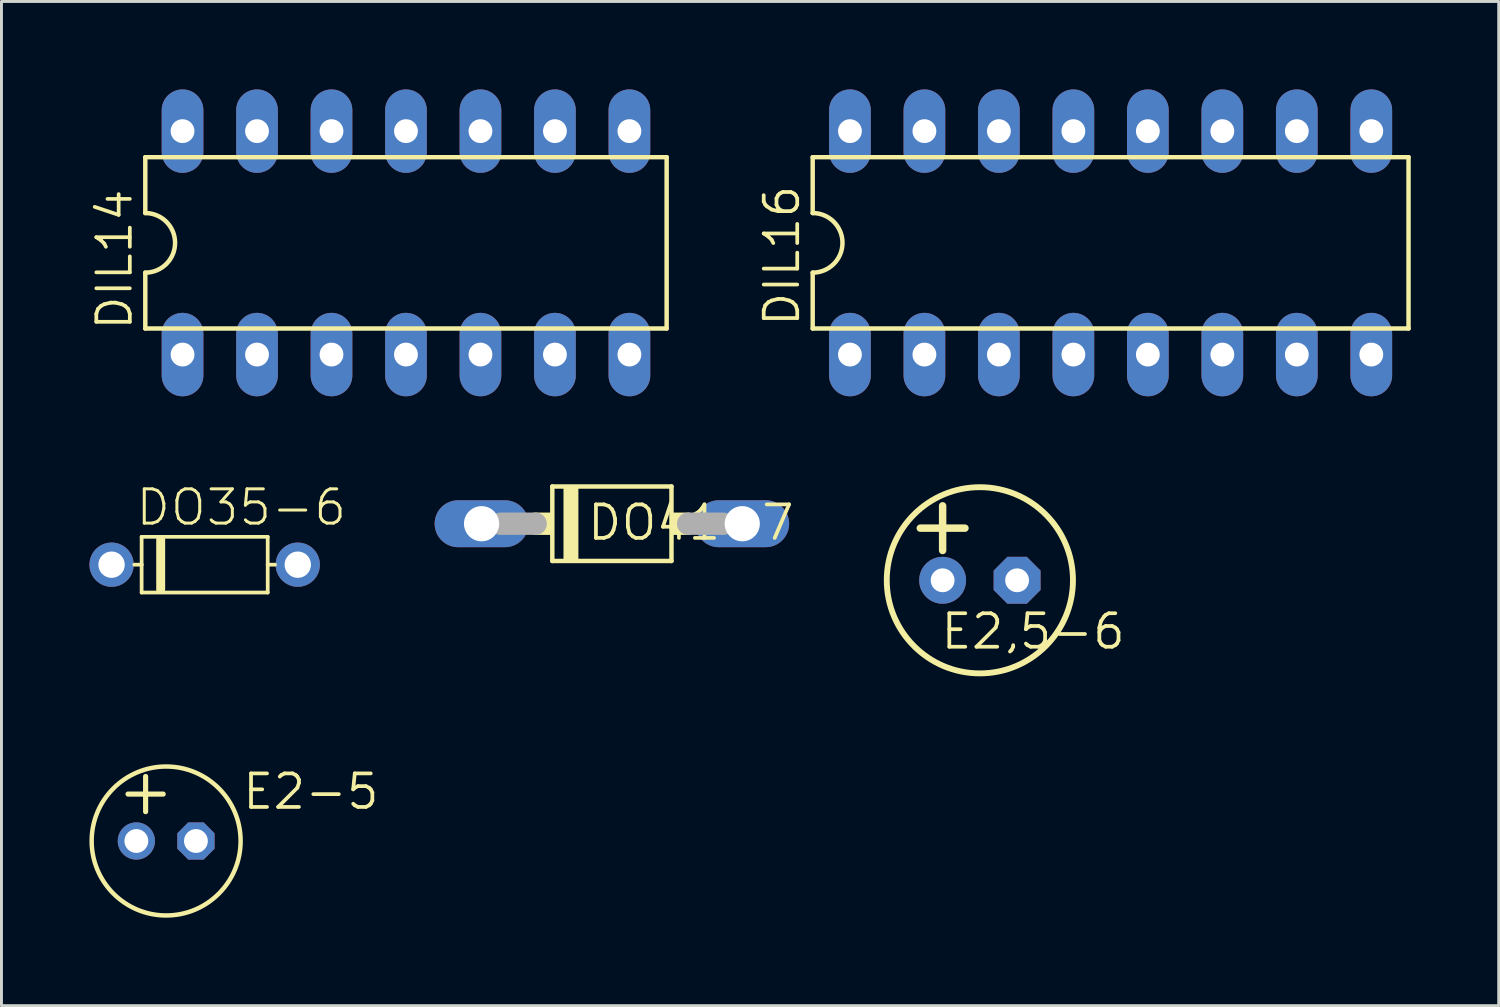
<source format=kicad_pcb>
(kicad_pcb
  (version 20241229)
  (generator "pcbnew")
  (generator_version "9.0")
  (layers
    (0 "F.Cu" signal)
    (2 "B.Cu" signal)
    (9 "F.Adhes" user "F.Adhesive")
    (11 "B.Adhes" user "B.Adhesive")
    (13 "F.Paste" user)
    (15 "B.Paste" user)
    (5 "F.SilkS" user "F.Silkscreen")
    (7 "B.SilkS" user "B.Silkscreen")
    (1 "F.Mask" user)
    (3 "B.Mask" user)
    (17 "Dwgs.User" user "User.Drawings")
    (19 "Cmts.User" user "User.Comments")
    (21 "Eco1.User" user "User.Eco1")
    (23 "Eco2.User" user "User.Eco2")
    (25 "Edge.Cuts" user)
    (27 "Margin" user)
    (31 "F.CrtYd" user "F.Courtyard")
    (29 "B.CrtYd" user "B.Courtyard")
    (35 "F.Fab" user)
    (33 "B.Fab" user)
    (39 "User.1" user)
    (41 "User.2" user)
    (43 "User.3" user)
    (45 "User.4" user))
  (footprint "E2,5-6"
    (layer "F.Cu")
    (at 30.367 16.74)
    (property "Reference" "E2,5-6" (at -1.397 2.413 0) (layer "F.SilkS") (effects (font (size 1.143 1.143) (thickness 0.127)) (justify left bottom)))
    (fp_line (start -2.032 -1.778) (end -1.27 -1.778) (stroke (width 0.254) (type solid)) (layer "F.SilkS"))
    (fp_line (start -1.27 -1.778) (end -1.27 -2.54) (stroke (width 0.254) (type solid)) (layer "F.SilkS"))
    (fp_line (start -1.27 -1.778) (end -0.508 -1.778) (stroke (width 0.254) (type solid)) (layer "F.SilkS"))
    (fp_line (start -1.27 -1.016) (end -1.27 -1.778) (stroke (width 0.254) (type solid)) (layer "F.SilkS"))
    (fp_circle (center 0 0) (end 3.175 0) (stroke (width 0.2) (type solid)) (fill no) (layer "F.SilkS"))
    (pad "+" thru_hole circle (at -1.27 0) (size 1.6 1.6) (drill 0.813) (layers "*.Cu" "*.Mask"))
    (pad "-" thru_hole roundrect (at 1.27 0) (size 1.6 1.6) (drill 0.813) (layers "*.Cu" "*.Mask") (roundrect_rratio 0.25) (chamfer_ratio 0.293) (chamfer top_left top_right bottom_left bottom_right)))
  (footprint "DIL14"
    (layer "F.Cu")
    (at 10.795 5.232)
    (property "Reference" "DIL14" (at -9.271 3.048 90) (layer "F.SilkS") (effects (font (size 1.143 1.143) (thickness 0.127)) (justify left bottom)))
    (fp_line (start -8.89 -2.921) (end -8.89 -1.016) (stroke (width 0.152) (type solid)) (layer "F.SilkS"))
    (fp_line (start -8.89 2.921) (end -8.89 1.016) (stroke (width 0.152) (type solid)) (layer "F.SilkS"))
    (fp_line (start -8.89 2.921) (end 8.89 2.921) (stroke (width 0.152) (type solid)) (layer "F.SilkS"))
    (fp_line (start 8.89 -2.921) (end -8.89 -2.921) (stroke (width 0.152) (type solid)) (layer "F.SilkS"))
    (fp_line (start 8.89 -2.921) (end 8.89 2.921) (stroke (width 0.152) (type solid)) (layer "F.SilkS"))
    (fp_arc (start -8.89 -1.016) (mid -7.874 0) (end -8.89 1.016) (stroke (width 0.1524) (type solid)) (layer "F.SilkS"))
    (pad "1" thru_hole oval (at -7.62 3.81 90) (size 2.845 1.422) (drill 0.813) (layers "*.Cu" "*.Mask"))
    (pad "2" thru_hole oval (at -5.08 3.81 90) (size 2.845 1.422) (drill 0.813) (layers "*.Cu" "*.Mask"))
    (pad "3" thru_hole oval (at -2.54 3.81 90) (size 2.845 1.422) (drill 0.813) (layers "*.Cu" "*.Mask"))
    (pad "4" thru_hole oval (at 0 3.81 90) (size 2.845 1.422) (drill 0.813) (layers "*.Cu" "*.Mask"))
    (pad "5" thru_hole oval (at 2.54 3.81 90) (size 2.845 1.422) (drill 0.813) (layers "*.Cu" "*.Mask"))
    (pad "6" thru_hole oval (at 5.08 3.81 90) (size 2.845 1.422) (drill 0.813) (layers "*.Cu" "*.Mask"))
    (pad "7" thru_hole oval (at 7.62 3.81 90) (size 2.845 1.422) (drill 0.813) (layers "*.Cu" "*.Mask"))
    (pad "8" thru_hole oval (at 7.62 -3.81 90) (size 2.845 1.422) (drill 0.813) (layers "*.Cu" "*.Mask"))
    (pad "9" thru_hole oval (at 5.08 -3.81 90) (size 2.845 1.422) (drill 0.813) (layers "*.Cu" "*.Mask"))
    (pad "10" thru_hole oval (at 2.54 -3.81 90) (size 2.845 1.422) (drill 0.813) (layers "*.Cu" "*.Mask"))
    (pad "11" thru_hole oval (at 0 -3.81 90) (size 2.845 1.422) (drill 0.813) (layers "*.Cu" "*.Mask"))
    (pad "12" thru_hole oval (at -2.54 -3.81 90) (size 2.845 1.422) (drill 0.813) (layers "*.Cu" "*.Mask"))
    (pad "13" thru_hole oval (at -5.08 -3.81 90) (size 2.845 1.422) (drill 0.813) (layers "*.Cu" "*.Mask"))
    (pad "14" thru_hole oval (at -7.62 -3.81 90) (size 2.845 1.422) (drill 0.813) (layers "*.Cu" "*.Mask")))
  (footprint "DO35-6"
    (layer "F.Cu")
    (at 3.93 16.208)
    (property "Reference" "DO35-6" (at -2.405 -1.27 0) (layer "F.SilkS") (effects (font (size 1.168 1.168) (thickness 0.102)) (justify left bottom)))
    (fp_line (start -2.15 -0.95) (end 2.15 -0.95) (stroke (width 0.127) (type solid)) (layer "F.SilkS"))
    (fp_line (start -2.15 0) (end -2.4 0) (stroke (width 0.127) (type solid)) (layer "F.SilkS"))
    (fp_line (start -2.15 0) (end -2.15 -0.95) (stroke (width 0.127) (type solid)) (layer "F.SilkS"))
    (fp_line (start -2.15 0.95) (end -2.15 0) (stroke (width 0.127) (type solid)) (layer "F.SilkS"))
    (fp_line (start -1.5 -0.85) (end -1.5 0.85) (stroke (width 0.305) (type solid)) (layer "F.SilkS"))
    (fp_line (start 2.15 -0.95) (end 2.15 0) (stroke (width 0.127) (type solid)) (layer "F.SilkS"))
    (fp_line (start 2.15 0) (end 2.15 0.95) (stroke (width 0.127) (type solid)) (layer "F.SilkS"))
    (fp_line (start 2.15 0) (end 2.4 0) (stroke (width 0.127) (type solid)) (layer "F.SilkS"))
    (fp_line (start 2.15 0.95) (end -2.15 0.95) (stroke (width 0.127) (type solid)) (layer "F.SilkS"))
    (pad "ANODE" thru_hole circle (at 3.175 0) (size 1.51 1.51) (drill 0.9) (layers "*.Cu" "*.Mask"))
    (pad "CATHODE" thru_hole circle (at -3.175 0) (size 1.51 1.51) (drill 0.9) (layers "*.Cu" "*.Mask")))
  (footprint "DIL16"
    (layer "F.Cu")
    (at 34.826 5.232)
    (property "Reference" "DIL16" (at -10.541 2.921 90) (layer "F.SilkS") (effects (font (size 1.143 1.143) (thickness 0.127)) (justify left bottom)))
    (fp_line (start -10.16 -2.921) (end -10.16 -1.016) (stroke (width 0.152) (type solid)) (layer "F.SilkS"))
    (fp_line (start -10.16 2.921) (end -10.16 1.016) (stroke (width 0.152) (type solid)) (layer "F.SilkS"))
    (fp_line (start -10.16 2.921) (end 10.16 2.921) (stroke (width 0.152) (type solid)) (layer "F.SilkS"))
    (fp_line (start 10.16 -2.921) (end -10.16 -2.921) (stroke (width 0.152) (type solid)) (layer "F.SilkS"))
    (fp_line (start 10.16 -2.921) (end 10.16 2.921) (stroke (width 0.152) (type solid)) (layer "F.SilkS"))
    (fp_arc (start -10.16 -1.016) (mid -9.144 0) (end -10.16 1.016) (stroke (width 0.1524) (type solid)) (layer "F.SilkS"))
    (pad "1" thru_hole oval (at -8.89 3.81 90) (size 2.845 1.422) (drill 0.813) (layers "*.Cu" "*.Mask"))
    (pad "2" thru_hole oval (at -6.35 3.81 90) (size 2.845 1.422) (drill 0.813) (layers "*.Cu" "*.Mask"))
    (pad "3" thru_hole oval (at -3.81 3.81 90) (size 2.845 1.422) (drill 0.813) (layers "*.Cu" "*.Mask"))
    (pad "4" thru_hole oval (at -1.27 3.81 90) (size 2.845 1.422) (drill 0.813) (layers "*.Cu" "*.Mask"))
    (pad "5" thru_hole oval (at 1.27 3.81 90) (size 2.845 1.422) (drill 0.813) (layers "*.Cu" "*.Mask"))
    (pad "6" thru_hole oval (at 3.81 3.81 90) (size 2.845 1.422) (drill 0.813) (layers "*.Cu" "*.Mask"))
    (pad "7" thru_hole oval (at 6.35 3.81 90) (size 2.845 1.422) (drill 0.813) (layers "*.Cu" "*.Mask"))
    (pad "8" thru_hole oval (at 8.89 3.81 90) (size 2.845 1.422) (drill 0.813) (layers "*.Cu" "*.Mask"))
    (pad "9" thru_hole oval (at 8.89 -3.81 90) (size 2.845 1.422) (drill 0.813) (layers "*.Cu" "*.Mask"))
    (pad "10" thru_hole oval (at 6.35 -3.81 90) (size 2.845 1.422) (drill 0.813) (layers "*.Cu" "*.Mask"))
    (pad "11" thru_hole oval (at 3.81 -3.81 90) (size 2.845 1.422) (drill 0.813) (layers "*.Cu" "*.Mask"))
    (pad "12" thru_hole oval (at 1.27 -3.81 90) (size 2.845 1.422) (drill 0.813) (layers "*.Cu" "*.Mask"))
    (pad "13" thru_hole oval (at -1.27 -3.81 90) (size 2.845 1.422) (drill 0.813) (layers "*.Cu" "*.Mask"))
    (pad "14" thru_hole oval (at -3.81 -3.81 90) (size 2.845 1.422) (drill 0.813) (layers "*.Cu" "*.Mask"))
    (pad "15" thru_hole oval (at -6.35 -3.81 90) (size 2.845 1.422) (drill 0.813) (layers "*.Cu" "*.Mask"))
    (pad "16" thru_hole oval (at -8.89 -3.81 90) (size 2.845 1.422) (drill 0.813) (layers "*.Cu" "*.Mask")))
  (footprint "E2-5"
    (layer "F.Cu")
    (at 2.616 25.631)
    (property "Reference" "E2-5" (at 2.54 -1.016 0) (layer "F.SilkS") (effects (font (size 1.143 1.143) (thickness 0.127)) (justify left bottom)))
    (fp_line (start -1.3 -1.6) (end -0.1 -1.6) (stroke (width 0.175) (type solid)) (layer "F.SilkS"))
    (fp_line (start -0.7 -1) (end -0.7 -2.2) (stroke (width 0.175) (type solid)) (layer "F.SilkS"))
    (fp_circle (center 0 0) (end 2.54 0) (stroke (width 0.152) (type solid)) (fill no) (layer "F.SilkS"))
    (pad "+" thru_hole circle (at -1.016 0) (size 1.27 1.27) (drill 0.813) (layers "*.Cu" "*.Mask"))
    (pad "-" thru_hole roundrect (at 1.016 0) (size 1.27 1.27) (drill 0.813) (layers "*.Cu" "*.Mask") (roundrect_rratio 0.25) (chamfer_ratio 0.293) (chamfer top_left top_right bottom_left bottom_right)))
  (footprint "DO41-7"
    (layer "F.Cu")
    (at 17.818 14.811)
    (property "Reference" "DO41-7" (at -0.9 0.63 0) (layer "F.SilkS") (effects (font (size 1.143 1.143) (thickness 0.127)) (justify left bottom)))
    (fp_line (start -2.032 -1.27) (end -2.032 1.27) (stroke (width 0.152) (type solid)) (layer "F.SilkS"))
    (fp_line (start -2.032 -1.27) (end 2.032 -1.27) (stroke (width 0.152) (type solid)) (layer "F.SilkS"))
    (fp_line (start 2.032 1.27) (end -2.032 1.27) (stroke (width 0.152) (type solid)) (layer "F.SilkS"))
    (fp_line (start 2.032 1.27) (end 2.032 -1.27) (stroke (width 0.152) (type solid)) (layer "F.SilkS"))
    (fp_poly (pts (xy -2.667 0.381) (xy -2.032 0.381) (xy -2.032 -0.381) (xy -2.667 -0.381)) (stroke (width 0) (type solid)) (fill yes) (layer "F.SilkS"))
    (fp_poly (pts (xy -1.651 1.27) (xy -1.143 1.27) (xy -1.143 -1.27) (xy -1.651 -1.27)) (stroke (width 0) (type solid)) (fill yes) (layer "F.SilkS"))
    (fp_poly (pts (xy 2.032 0.381) (xy 2.667 0.381) (xy 2.667 -0.381) (xy 2.032 -0.381)) (stroke (width 0) (type solid)) (fill yes) (layer "F.SilkS"))
    (fp_line (start -3.8 0) (end -2.6 0) (stroke (width 0.762) (type solid)) (layer "F.Fab"))
    (fp_line (start 3.8 0) (end 2.6 0) (stroke (width 0.762) (type solid)) (layer "F.Fab"))
    (pad "A" thru_hole oval (at 4.445 0) (size 3.2 1.6) (drill 1.2) (layers "*.Cu" "*.Mask"))
    (pad "C" thru_hole oval (at -4.445 0) (size 3.2 1.6) (drill 1.2) (layers "*.Cu" "*.Mask")))
  (gr_rect
    (start -3 -3)
    (end 48.062 31.247)
    (stroke (width 0.1) (type default))
    (fill no)
    (layer "Edge.Cuts")))
</source>
